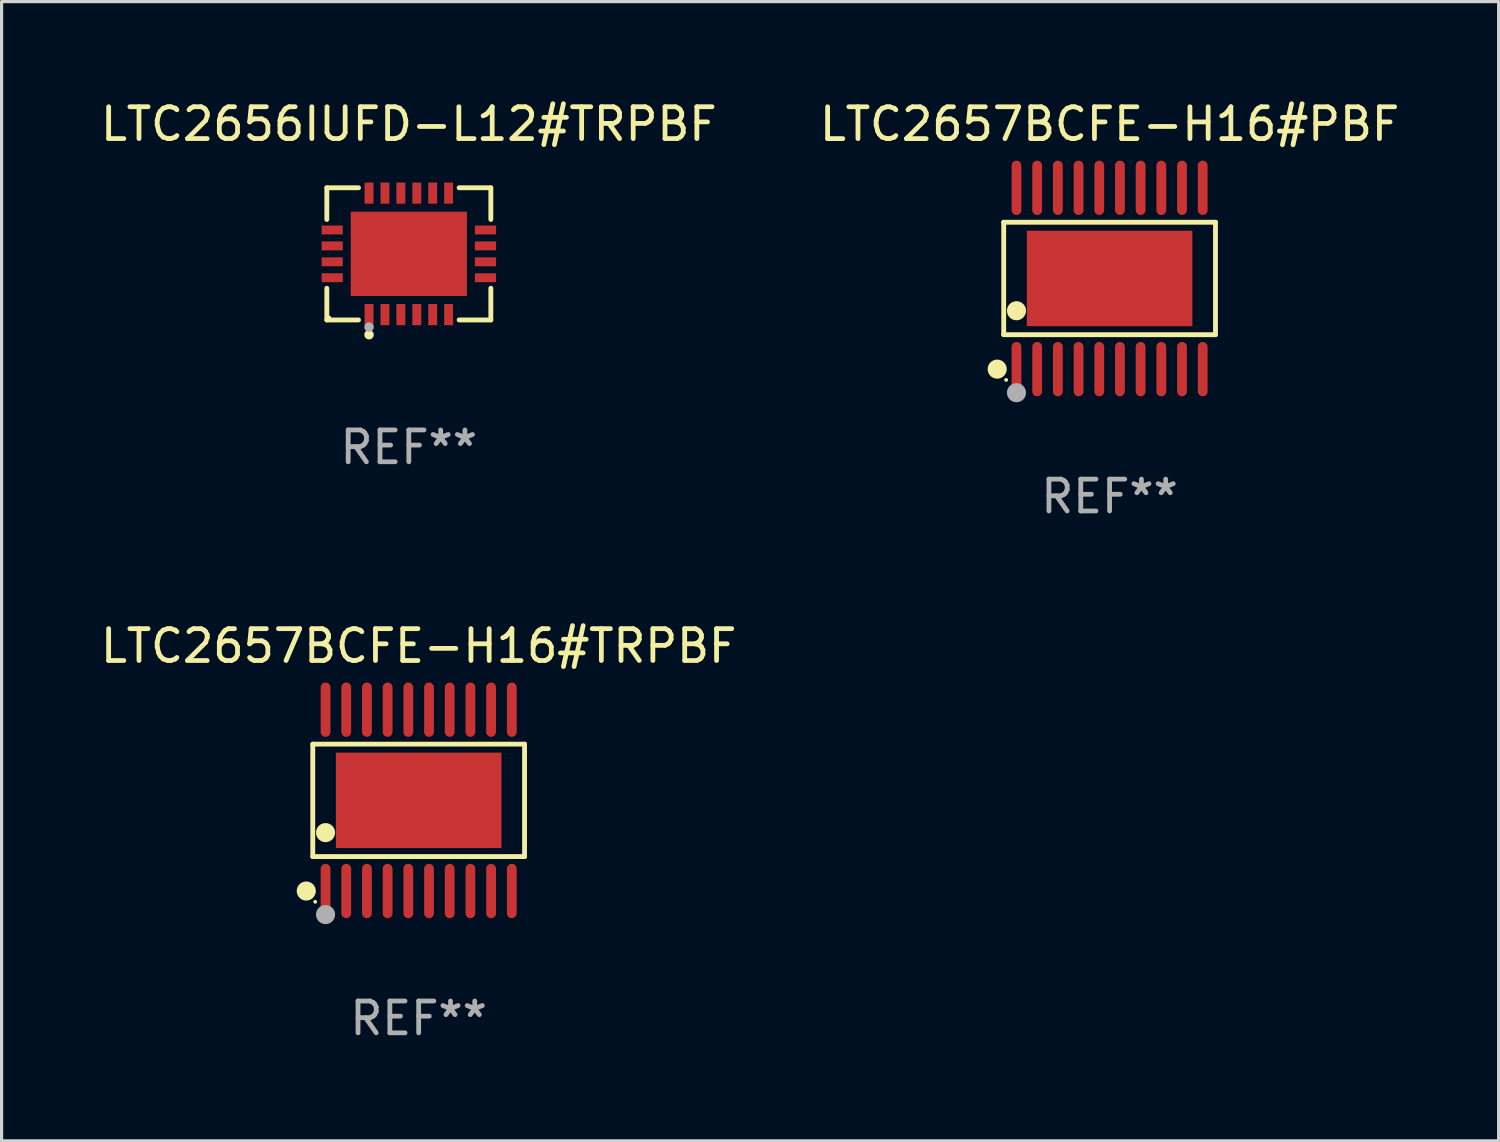
<source format=kicad_pcb>
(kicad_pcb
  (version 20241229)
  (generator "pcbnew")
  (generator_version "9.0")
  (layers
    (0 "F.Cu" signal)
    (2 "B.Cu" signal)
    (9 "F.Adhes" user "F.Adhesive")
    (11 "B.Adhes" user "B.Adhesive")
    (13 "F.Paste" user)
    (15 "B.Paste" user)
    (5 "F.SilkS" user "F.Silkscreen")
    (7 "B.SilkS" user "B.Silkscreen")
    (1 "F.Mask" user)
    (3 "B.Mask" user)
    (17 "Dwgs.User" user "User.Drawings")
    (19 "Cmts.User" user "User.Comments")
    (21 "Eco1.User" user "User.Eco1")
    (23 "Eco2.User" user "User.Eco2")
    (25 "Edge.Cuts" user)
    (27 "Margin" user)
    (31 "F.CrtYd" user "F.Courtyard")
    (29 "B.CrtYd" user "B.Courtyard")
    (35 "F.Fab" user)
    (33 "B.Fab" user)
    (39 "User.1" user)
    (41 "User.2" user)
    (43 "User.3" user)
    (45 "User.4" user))
  (footprint "LTC2657BCFE-H16#TRPBF"
    (layer "F.Cu")
    (at 10.101 22.09)
    (property "Reference" "LTC2657BCFE-H16#TRPBF" (at 0 -4.848 0) (layer "F.SilkS") (effects (font (size 1 1) (thickness 0.15))))
    (attr through_hole)
    (fp_line (start -3.326 -1.766) (end 3.326 -1.766) (stroke (width 0.152) (type solid)) (layer "F.SilkS"))
    (fp_line (start -3.326 1.766) (end -3.326 -1.766) (stroke (width 0.152) (type solid)) (layer "F.SilkS"))
    (fp_line (start 3.326 -1.766) (end 3.326 1.766) (stroke (width 0.152) (type solid)) (layer "F.SilkS"))
    (fp_line (start 3.326 1.766) (end -3.326 1.766) (stroke (width 0.152) (type solid)) (layer "F.SilkS"))
    (fp_circle (center -3.531 2.848) (end -3.381 2.848) (stroke (width 0.3) (type solid)) (fill no) (layer "F.SilkS"))
    (fp_circle (center -3.25 3.187) (end -3.22 3.187) (stroke (width 0.06) (type solid)) (fill no) (layer "F.SilkS"))
    (fp_circle (center -2.925 1.014) (end -2.775 1.014) (stroke (width 0.3) (type solid)) (fill no) (layer "F.SilkS"))
    (fp_circle (center -2.925 3.588) (end -2.775 3.588) (stroke (width 0.3) (type solid)) (fill no) (layer "F.Fab"))
    (fp_text user "REF**" (at 0 6.848 0) (layer "F.Fab") (effects (font (size 1 1) (thickness 0.15))))
    (pad "1" smd oval (at -2.925 2.848) (size 0.308 1.707) (layers "F.Cu" "F.Mask" "F.Paste"))
    (pad "2" smd oval (at -2.275 2.848) (size 0.308 1.707) (layers "F.Cu" "F.Mask" "F.Paste"))
    (pad "3" smd oval (at -1.625 2.848) (size 0.308 1.707) (layers "F.Cu" "F.Mask" "F.Paste"))
    (pad "4" smd oval (at -0.975 2.848) (size 0.308 1.707) (layers "F.Cu" "F.Mask" "F.Paste"))
    (pad "5" smd oval (at -0.325 2.848) (size 0.308 1.707) (layers "F.Cu" "F.Mask" "F.Paste"))
    (pad "6" smd oval (at 0.325 2.848) (size 0.308 1.707) (layers "F.Cu" "F.Mask" "F.Paste"))
    (pad "7" smd oval (at 0.975 2.848) (size 0.308 1.707) (layers "F.Cu" "F.Mask" "F.Paste"))
    (pad "8" smd oval (at 1.625 2.848) (size 0.308 1.707) (layers "F.Cu" "F.Mask" "F.Paste"))
    (pad "9" smd oval (at 2.275 2.848) (size 0.308 1.707) (layers "F.Cu" "F.Mask" "F.Paste"))
    (pad "10" smd oval (at 2.925 2.848) (size 0.308 1.707) (layers "F.Cu" "F.Mask" "F.Paste"))
    (pad "11" smd oval (at 2.925 -2.848) (size 0.308 1.707) (layers "F.Cu" "F.Mask" "F.Paste"))
    (pad "12" smd oval (at 2.275 -2.848) (size 0.308 1.707) (layers "F.Cu" "F.Mask" "F.Paste"))
    (pad "13" smd oval (at 1.625 -2.848) (size 0.308 1.707) (layers "F.Cu" "F.Mask" "F.Paste"))
    (pad "14" smd oval (at 0.975 -2.848) (size 0.308 1.707) (layers "F.Cu" "F.Mask" "F.Paste"))
    (pad "15" smd oval (at 0.325 -2.848) (size 0.308 1.707) (layers "F.Cu" "F.Mask" "F.Paste"))
    (pad "16" smd oval (at -0.325 -2.848) (size 0.308 1.707) (layers "F.Cu" "F.Mask" "F.Paste"))
    (pad "17" smd oval (at -0.975 -2.848) (size 0.308 1.707) (layers "F.Cu" "F.Mask" "F.Paste"))
    (pad "18" smd oval (at -1.625 -2.848) (size 0.308 1.707) (layers "F.Cu" "F.Mask" "F.Paste"))
    (pad "19" smd oval (at -2.275 -2.848) (size 0.308 1.707) (layers "F.Cu" "F.Mask" "F.Paste"))
    (pad "20" smd oval (at -2.925 -2.848) (size 0.308 1.707) (layers "F.Cu" "F.Mask" "F.Paste"))
    (pad "21" smd rect (at 0 0) (size 5.2 3) (layers "F.Cu" "F.Mask" "F.Paste")))
  (footprint "LTC2656IUFD-L12#TRPBF"
    (layer "F.Cu")
    (at 9.792 4.924)
    (property "Reference" "LTC2656IUFD-L12#TRPBF" (at 0 -4.076 0) (layer "F.SilkS") (effects (font (size 1 1) (thickness 0.15))))
    (attr through_hole)
    (fp_line (start -2.576 -2.076) (end -1.58 -2.076) (stroke (width 0.152) (type solid)) (layer "F.SilkS"))
    (fp_line (start -2.576 -1.08) (end -2.576 -2.076) (stroke (width 0.152) (type solid)) (layer "F.SilkS"))
    (fp_line (start -2.576 1.08) (end -2.576 2.076) (stroke (width 0.152) (type solid)) (layer "F.SilkS"))
    (fp_line (start -2.576 2.076) (end -1.58 2.076) (stroke (width 0.152) (type solid)) (layer "F.SilkS"))
    (fp_line (start 2.576 -2.076) (end 1.58 -2.076) (stroke (width 0.152) (type solid)) (layer "F.SilkS"))
    (fp_line (start 2.576 -1.08) (end 2.576 -2.076) (stroke (width 0.152) (type solid)) (layer "F.SilkS"))
    (fp_line (start 2.576 1.08) (end 2.576 2.076) (stroke (width 0.152) (type solid)) (layer "F.SilkS"))
    (fp_line (start 2.576 2.076) (end 1.58 2.076) (stroke (width 0.152) (type solid)) (layer "F.SilkS"))
    (fp_circle (center -2.5 2) (end -2.47 2) (stroke (width 0.06) (type solid)) (fill no) (layer "F.SilkS"))
    (fp_circle (center -1.25 2.54) (end -1.175 2.54) (stroke (width 0.15) (type solid)) (fill no) (layer "F.SilkS"))
    (fp_circle (center -1.25 2.3) (end -1.175 2.3) (stroke (width 0.15) (type solid)) (fill no) (layer "F.Fab"))
    (fp_text user "REF**" (at 0 6.076 0) (layer "F.Fab") (effects (font (size 1 1) (thickness 0.15))))
    (pad "1" smd rect (at -1.25 1.908) (size 0.28 0.665) (layers "F.Cu" "F.Mask" "F.Paste"))
    (pad "2" smd rect (at -0.75 1.908) (size 0.28 0.665) (layers "F.Cu" "F.Mask" "F.Paste"))
    (pad "3" smd rect (at -0.25 1.908) (size 0.28 0.665) (layers "F.Cu" "F.Mask" "F.Paste"))
    (pad "4" smd rect (at 0.25 1.908) (size 0.28 0.665) (layers "F.Cu" "F.Mask" "F.Paste"))
    (pad "5" smd rect (at 0.75 1.908) (size 0.28 0.665) (layers "F.Cu" "F.Mask" "F.Paste"))
    (pad "6" smd rect (at 1.25 1.908) (size 0.28 0.665) (layers "F.Cu" "F.Mask" "F.Paste"))
    (pad "7" smd rect (at 2.407 0.75) (size 0.665 0.28) (layers "F.Cu" "F.Mask" "F.Paste"))
    (pad "8" smd rect (at 2.407 0.25) (size 0.665 0.28) (layers "F.Cu" "F.Mask" "F.Paste"))
    (pad "9" smd rect (at 2.407 -0.25) (size 0.665 0.28) (layers "F.Cu" "F.Mask" "F.Paste"))
    (pad "10" smd rect (at 2.407 -0.75) (size 0.665 0.28) (layers "F.Cu" "F.Mask" "F.Paste"))
    (pad "11" smd rect (at 1.25 -1.908) (size 0.28 0.665) (layers "F.Cu" "F.Mask" "F.Paste"))
    (pad "12" smd rect (at 0.75 -1.908) (size 0.28 0.665) (layers "F.Cu" "F.Mask" "F.Paste"))
    (pad "13" smd rect (at 0.25 -1.908) (size 0.28 0.665) (layers "F.Cu" "F.Mask" "F.Paste"))
    (pad "14" smd rect (at -0.25 -1.908) (size 0.28 0.665) (layers "F.Cu" "F.Mask" "F.Paste"))
    (pad "15" smd rect (at -0.75 -1.908) (size 0.28 0.665) (layers "F.Cu" "F.Mask" "F.Paste"))
    (pad "16" smd rect (at -1.25 -1.908) (size 0.28 0.665) (layers "F.Cu" "F.Mask" "F.Paste"))
    (pad "17" smd rect (at -2.407 -0.75) (size 0.665 0.28) (layers "F.Cu" "F.Mask" "F.Paste"))
    (pad "18" smd rect (at -2.407 -0.25) (size 0.665 0.28) (layers "F.Cu" "F.Mask" "F.Paste"))
    (pad "19" smd rect (at -2.407 0.25) (size 0.665 0.28) (layers "F.Cu" "F.Mask" "F.Paste"))
    (pad "20" smd rect (at -2.407 0.75) (size 0.665 0.28) (layers "F.Cu" "F.Mask" "F.Paste"))
    (pad "21" smd rect (at 0 0) (size 3.65 2.65) (layers "F.Cu" "F.Mask" "F.Paste")))
  (footprint "LTC2657BCFE-H16#PBF"
    (layer "F.Cu")
    (at 31.804 5.697)
    (property "Reference" "LTC2657BCFE-H16#PBF" (at 0 -4.848 0) (layer "F.SilkS") (effects (font (size 1 1) (thickness 0.15))))
    (attr through_hole)
    (fp_line (start -3.326 -1.766) (end 3.326 -1.766) (stroke (width 0.152) (type solid)) (layer "F.SilkS"))
    (fp_line (start -3.326 1.766) (end -3.326 -1.766) (stroke (width 0.152) (type solid)) (layer "F.SilkS"))
    (fp_line (start 3.326 -1.766) (end 3.326 1.766) (stroke (width 0.152) (type solid)) (layer "F.SilkS"))
    (fp_line (start 3.326 1.766) (end -3.326 1.766) (stroke (width 0.152) (type solid)) (layer "F.SilkS"))
    (fp_circle (center -3.531 2.848) (end -3.381 2.848) (stroke (width 0.3) (type solid)) (fill no) (layer "F.SilkS"))
    (fp_circle (center -3.25 3.187) (end -3.22 3.187) (stroke (width 0.06) (type solid)) (fill no) (layer "F.SilkS"))
    (fp_circle (center -2.925 1.014) (end -2.775 1.014) (stroke (width 0.3) (type solid)) (fill no) (layer "F.SilkS"))
    (fp_circle (center -2.925 3.588) (end -2.775 3.588) (stroke (width 0.3) (type solid)) (fill no) (layer "F.Fab"))
    (fp_text user "REF**" (at 0 6.848 0) (layer "F.Fab") (effects (font (size 1 1) (thickness 0.15))))
    (pad "1" smd oval (at -2.925 2.848) (size 0.308 1.707) (layers "F.Cu" "F.Mask" "F.Paste"))
    (pad "2" smd oval (at -2.275 2.848) (size 0.308 1.707) (layers "F.Cu" "F.Mask" "F.Paste"))
    (pad "3" smd oval (at -1.625 2.848) (size 0.308 1.707) (layers "F.Cu" "F.Mask" "F.Paste"))
    (pad "4" smd oval (at -0.975 2.848) (size 0.308 1.707) (layers "F.Cu" "F.Mask" "F.Paste"))
    (pad "5" smd oval (at -0.325 2.848) (size 0.308 1.707) (layers "F.Cu" "F.Mask" "F.Paste"))
    (pad "6" smd oval (at 0.325 2.848) (size 0.308 1.707) (layers "F.Cu" "F.Mask" "F.Paste"))
    (pad "7" smd oval (at 0.975 2.848) (size 0.308 1.707) (layers "F.Cu" "F.Mask" "F.Paste"))
    (pad "8" smd oval (at 1.625 2.848) (size 0.308 1.707) (layers "F.Cu" "F.Mask" "F.Paste"))
    (pad "9" smd oval (at 2.275 2.848) (size 0.308 1.707) (layers "F.Cu" "F.Mask" "F.Paste"))
    (pad "10" smd oval (at 2.925 2.848) (size 0.308 1.707) (layers "F.Cu" "F.Mask" "F.Paste"))
    (pad "11" smd oval (at 2.925 -2.848) (size 0.308 1.707) (layers "F.Cu" "F.Mask" "F.Paste"))
    (pad "12" smd oval (at 2.275 -2.848) (size 0.308 1.707) (layers "F.Cu" "F.Mask" "F.Paste"))
    (pad "13" smd oval (at 1.625 -2.848) (size 0.308 1.707) (layers "F.Cu" "F.Mask" "F.Paste"))
    (pad "14" smd oval (at 0.975 -2.848) (size 0.308 1.707) (layers "F.Cu" "F.Mask" "F.Paste"))
    (pad "15" smd oval (at 0.325 -2.848) (size 0.308 1.707) (layers "F.Cu" "F.Mask" "F.Paste"))
    (pad "16" smd oval (at -0.325 -2.848) (size 0.308 1.707) (layers "F.Cu" "F.Mask" "F.Paste"))
    (pad "17" smd oval (at -0.975 -2.848) (size 0.308 1.707) (layers "F.Cu" "F.Mask" "F.Paste"))
    (pad "18" smd oval (at -1.625 -2.848) (size 0.308 1.707) (layers "F.Cu" "F.Mask" "F.Paste"))
    (pad "19" smd oval (at -2.275 -2.848) (size 0.308 1.707) (layers "F.Cu" "F.Mask" "F.Paste"))
    (pad "20" smd oval (at -2.925 -2.848) (size 0.308 1.707) (layers "F.Cu" "F.Mask" "F.Paste"))
    (pad "21" smd rect (at 0 0) (size 5.2 3) (layers "F.Cu" "F.Mask" "F.Paste")))
  (gr_rect
    (start -3 -3)
    (end 44.024 32.786)
    (stroke (width 0.1) (type default))
    (fill no)
    (layer "Edge.Cuts")))
</source>
